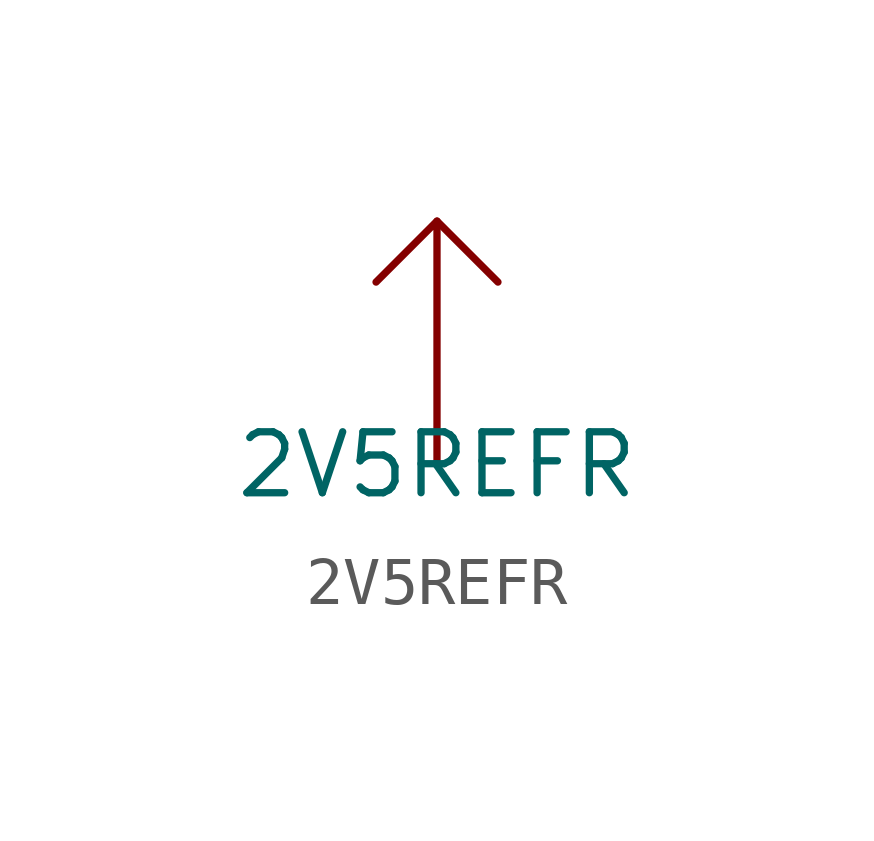
<source format=kicad_sym>
(kicad_symbol_lib
  (version 20231120)
  (generator "kicad_symbol_editor")
  (generator_version "8.0")
  (symbol "2V5REFR"
    (power)
    (property "Reference" "#PWR"
      (at 0 0 0)
      (effects (font (size 1.27 1.27)) (hide yes)))
    (property "Value" "2V5REFR"
      (at 0 0 0)
      (effects (font (size 1.27 1.27))))
    (symbol "2V5REFR_0_1"
      (polyline (pts (xy 0 5.08) (xy 1.27 3.81)) (stroke (width 0) (type default)) (fill (type none)))
      (polyline (pts (xy 0 0) (xy 0 5.08) (xy -1.27 3.81)) (stroke (width 0) (type default)) (fill (type none))))
    (symbol "2V5REFR_1_1"
      (pin power_out line (at 0 0 90) (length 2.54) hide (name "2V5REFR" (effects (font (size 1.27 1.27)))) (number "" (effects (font (size 1.27 1.27))))))))
</source>
